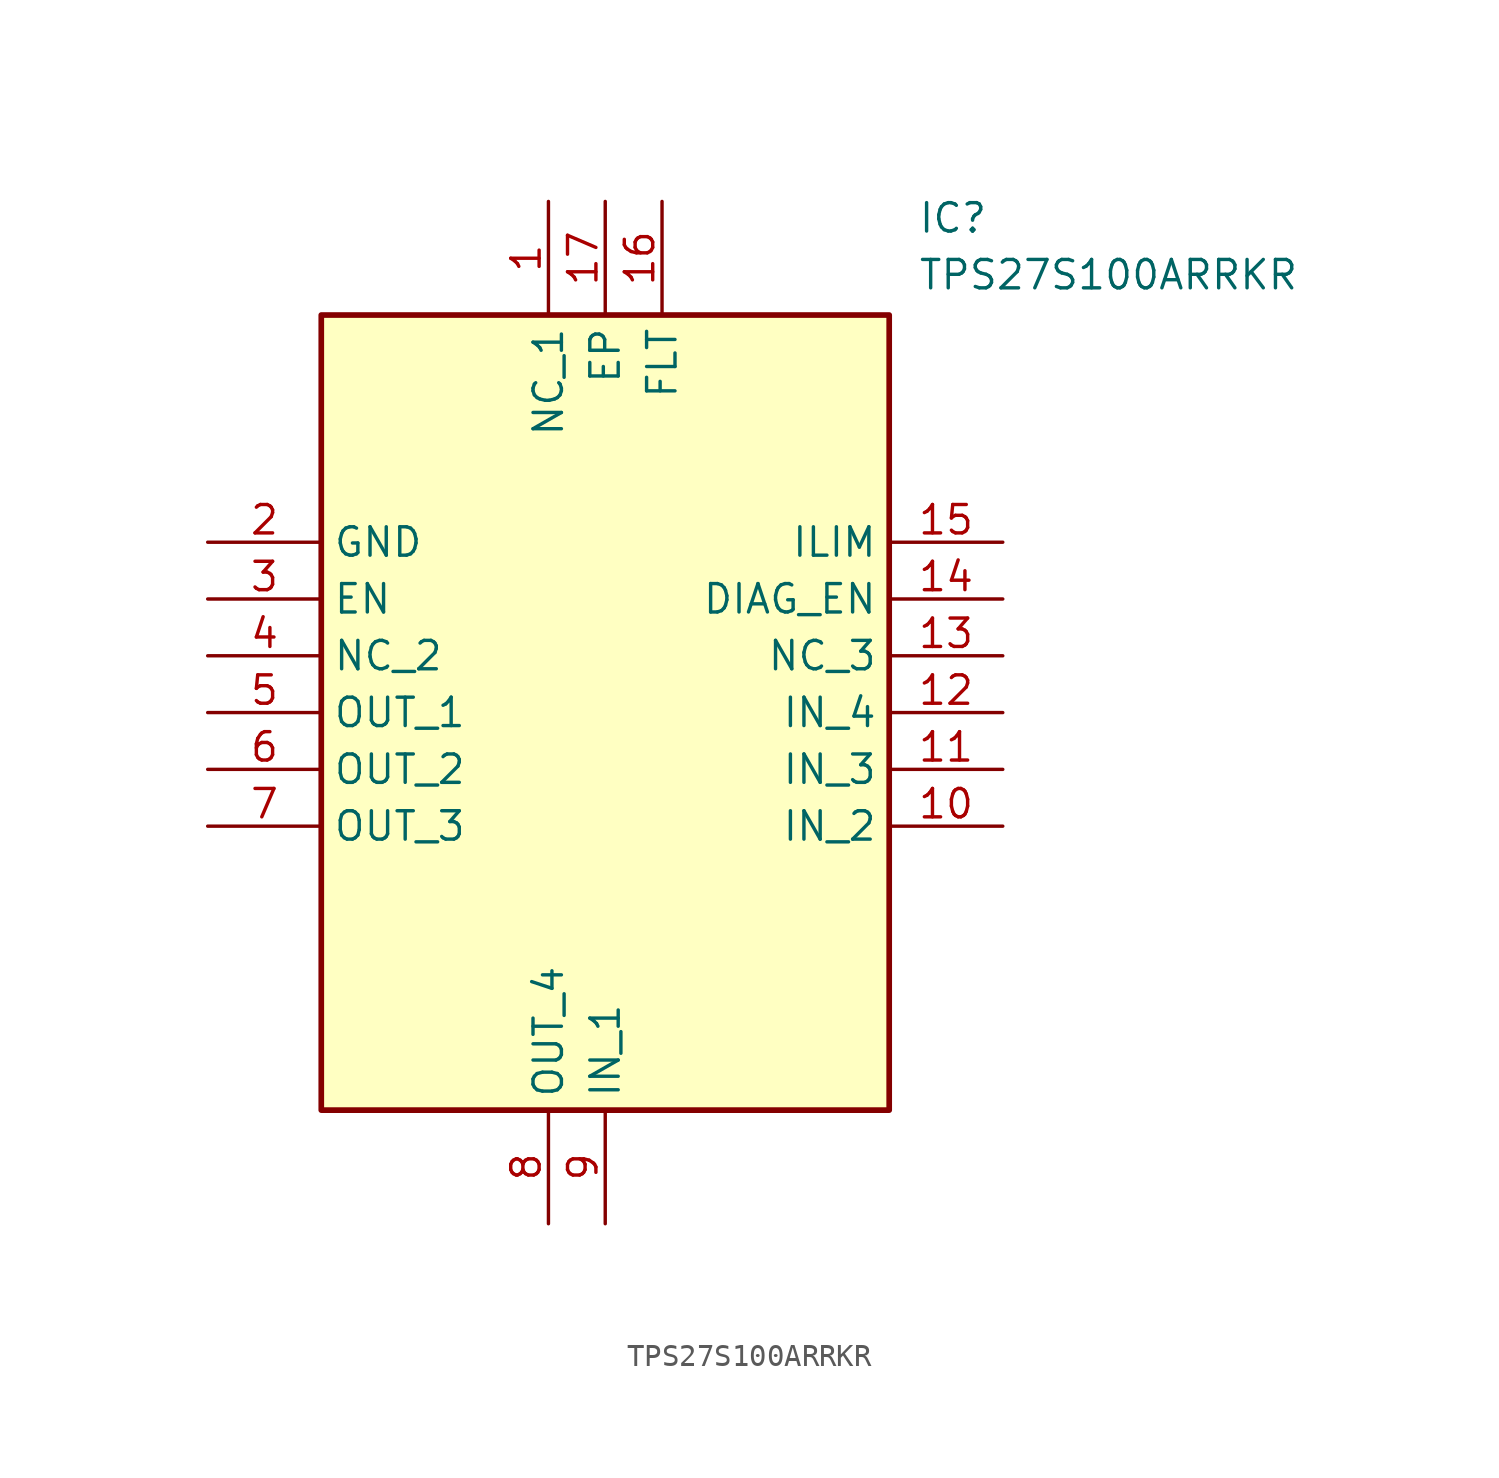
<source format=kicad_sym>
(kicad_symbol_lib
  (version 20241209)
  (generator "kicad_symbol_editor")
  (generator_version "9.0")
  (symbol "TPS27S100ARRKR"
    (property "Reference" "IC"
      (at 31.75 15.24 0)
      (effects (font (size 1.27 1.27)) (justify left top)))
    (property "Value" "TPS27S100ARRKR"
      (at 31.75 12.7 0)
      (effects (font (size 1.27 1.27)) (justify left top)))
    (rectangle
      (start 5.08 10.16)
      (end 30.48 -25.4)
      (stroke (width 0.254) (type default))
      (fill (type background)))
    (pin passive line
      (at 15.24 15.24 270)
      (length 5.08)
      (name "NC_1" (effects (font (size 1.27 1.27))))
      (number "1" (effects (font (size 1.27 1.27)))))
    (pin passive line
      (at 0 0 0)
      (length 5.08)
      (name "GND" (effects (font (size 1.27 1.27))))
      (number "2" (effects (font (size 1.27 1.27)))))
    (pin passive line
      (at 0 -2.54 0)
      (length 5.08)
      (name "EN" (effects (font (size 1.27 1.27))))
      (number "3" (effects (font (size 1.27 1.27)))))
    (pin passive line
      (at 0 -5.08 0)
      (length 5.08)
      (name "NC_2" (effects (font (size 1.27 1.27))))
      (number "4" (effects (font (size 1.27 1.27)))))
    (pin passive line
      (at 0 -7.62 0)
      (length 5.08)
      (name "OUT_1" (effects (font (size 1.27 1.27))))
      (number "5" (effects (font (size 1.27 1.27)))))
    (pin passive line
      (at 0 -10.16 0)
      (length 5.08)
      (name "OUT_2" (effects (font (size 1.27 1.27))))
      (number "6" (effects (font (size 1.27 1.27)))))
    (pin passive line
      (at 0 -12.7 0)
      (length 5.08)
      (name "OUT_3" (effects (font (size 1.27 1.27))))
      (number "7" (effects (font (size 1.27 1.27)))))
    (pin passive line
      (at 15.24 -30.48 90)
      (length 5.08)
      (name "OUT_4" (effects (font (size 1.27 1.27))))
      (number "8" (effects (font (size 1.27 1.27)))))
    (pin passive line
      (at 17.78 -30.48 90)
      (length 5.08)
      (name "IN_1" (effects (font (size 1.27 1.27))))
      (number "9" (effects (font (size 1.27 1.27)))))
    (pin passive line
      (at 35.56 -12.7 180)
      (length 5.08)
      (name "IN_2" (effects (font (size 1.27 1.27))))
      (number "10" (effects (font (size 1.27 1.27)))))
    (pin passive line
      (at 35.56 -10.16 180)
      (length 5.08)
      (name "IN_3" (effects (font (size 1.27 1.27))))
      (number "11" (effects (font (size 1.27 1.27)))))
    (pin passive line
      (at 35.56 -7.62 180)
      (length 5.08)
      (name "IN_4" (effects (font (size 1.27 1.27))))
      (number "12" (effects (font (size 1.27 1.27)))))
    (pin passive line
      (at 35.56 -5.08 180)
      (length 5.08)
      (name "NC_3" (effects (font (size 1.27 1.27))))
      (number "13" (effects (font (size 1.27 1.27)))))
    (pin passive line
      (at 35.56 -2.54 180)
      (length 5.08)
      (name "DIAG_EN" (effects (font (size 1.27 1.27))))
      (number "14" (effects (font (size 1.27 1.27)))))
    (pin passive line
      (at 35.56 0 180)
      (length 5.08)
      (name "ILIM" (effects (font (size 1.27 1.27))))
      (number "15" (effects (font (size 1.27 1.27)))))
    (pin passive line
      (at 20.32 15.24 270)
      (length 5.08)
      (name "FLT" (effects (font (size 1.27 1.27))))
      (number "16" (effects (font (size 1.27 1.27)))))
    (pin passive line
      (at 17.78 15.24 270)
      (length 5.08)
      (name "EP" (effects (font (size 1.27 1.27))))
      (number "17" (effects (font (size 1.27 1.27)))))))
</source>
